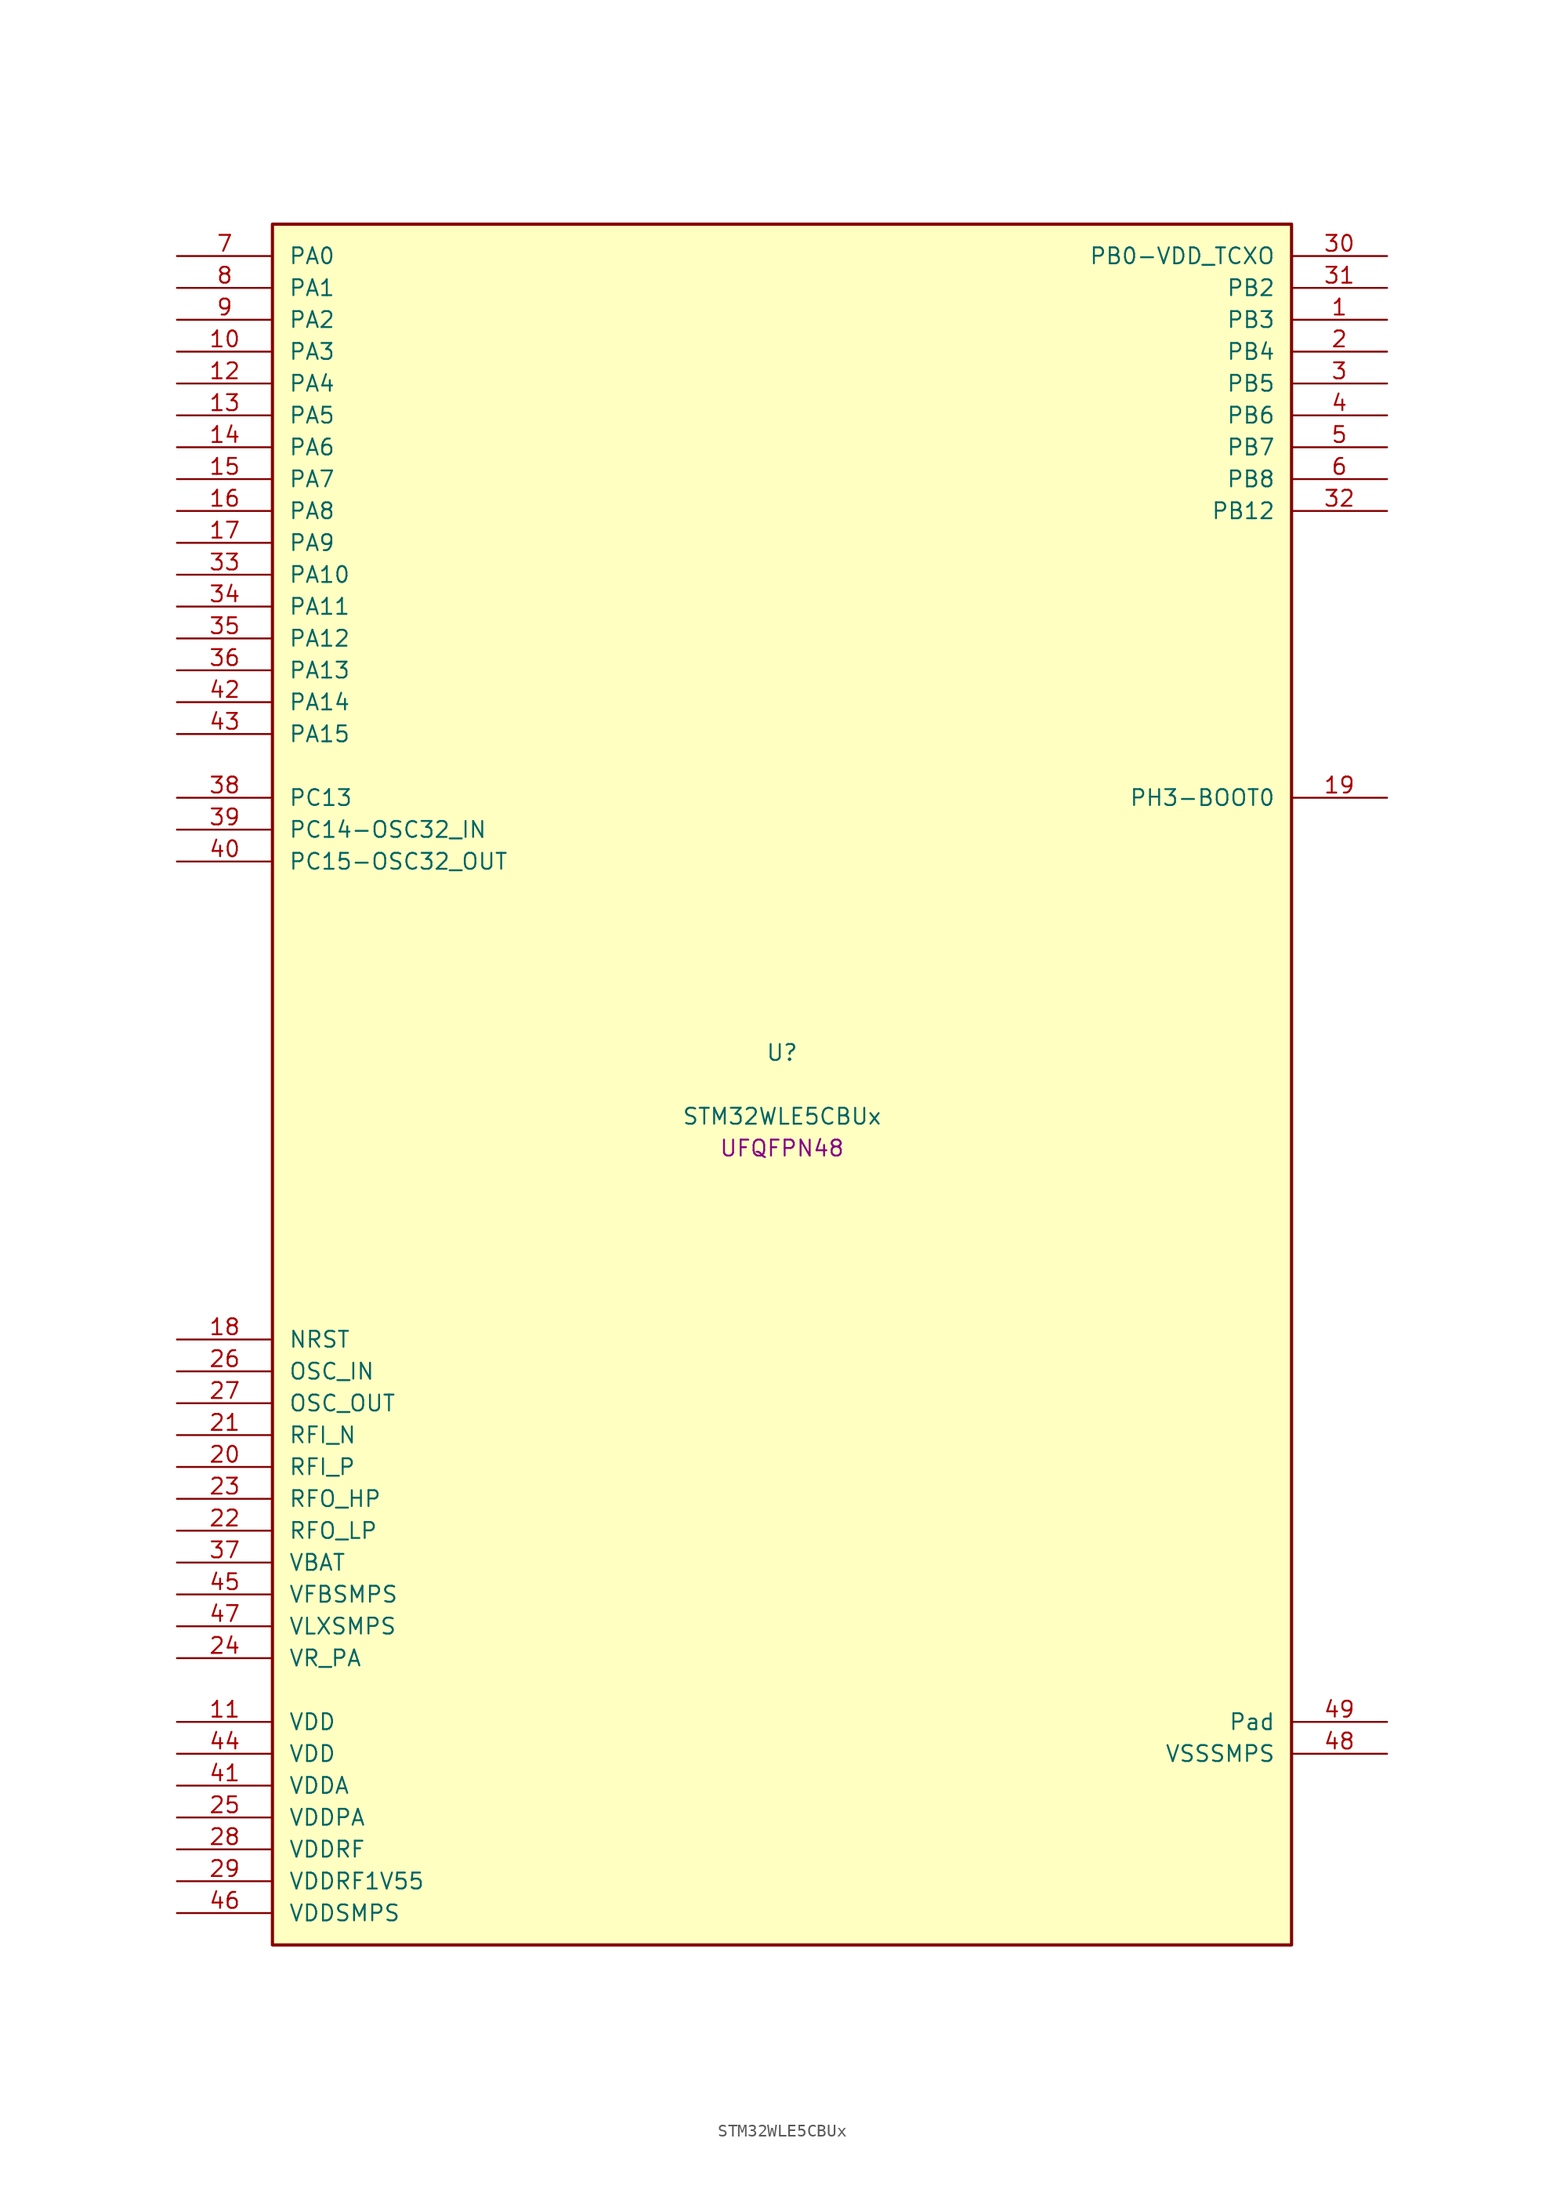
<source format=kicad_sym>
(kicad_symbol_lib
  (version 20241209)
  (generator "stm32_pkl_generator")
  (generator_version "1.0")
  (symbol "STM32WLE5CBUx"
    (pin_names
      (offset 1.27))
    (property "Reference" "U"
      (at 0 2.54 0))
    (property "Value" "STM32WLE5CBUx"
      (at 0 -2.54 0))
    (property "Footprint" "UFQFPN48"
      (at 0 -5.08 0))
    (symbol "STM32WLE5CBUx_1_1"
      (rectangle (start -40.64 68.58) (end 40.64 -68.58) (stroke (width 0.254) (type solid)) (fill (type background)))
      (pin bidirectional line (at -48.26 66.04 0) (length 7.62) (name "PA0") (number "7") (alternate "PA0/COMP1_OUT" bidirectional line) (alternate "PA0/DEBUG_PWR-REGLP1S" bidirectional line) (alternate "PA0/I2C3_SMBA" bidirectional line) (alternate "PA0/I2S_CKIN" bidirectional line) (alternate "PA0/PWR_WKUP1" bidirectional line) (alternate "PA0/RTC_TAMP_IN2" bidirectional line) (alternate "PA0/TIM2_CH1" bidirectional line) (alternate "PA0/TIM2_ETR" bidirectional line) (alternate "PA0/USART2_CTS" bidirectional line) (alternate "PA0/USART2_NSS" bidirectional line))
      (pin bidirectional line (at -48.26 63.5 0) (length 7.62) (name "PA1") (number "8") (alternate "PA1/DEBUG_PWR-REGLP2S" bidirectional line) (alternate "PA1/I2C1_SMBA" bidirectional line) (alternate "PA1/LPTIM3_OUT" bidirectional line) (alternate "PA1/LPUART1_RTS" bidirectional line) (alternate "PA1/SPI1_SCK" bidirectional line) (alternate "PA1/TIM2_CH2" bidirectional line) (alternate "PA1/USART2_DE" bidirectional line) (alternate "PA1/USART2_RTS" bidirectional line))
      (pin bidirectional line (at -48.26 60.96 0) (length 7.62) (name "PA2") (number "9") (alternate "PA2/COMP2_OUT" bidirectional line) (alternate "PA2/DEBUG_PWR-LDORDY" bidirectional line) (alternate "PA2/LPUART1_TX" bidirectional line) (alternate "PA2/RCC_LSCO" bidirectional line) (alternate "PA2/TIM2_CH3" bidirectional line) (alternate "PA2/USART2_TX" bidirectional line))
      (pin bidirectional line (at -48.26 58.42 0) (length 7.62) (name "PA3") (number "10") (alternate "PA3/I2S2_MCK" bidirectional line) (alternate "PA3/LPUART1_RX" bidirectional line) (alternate "PA3/TIM2_CH4" bidirectional line) (alternate "PA3/USART2_RX" bidirectional line))
      (pin bidirectional line (at -48.26 55.88 0) (length 7.62) (name "PA4") (number "12") (alternate "PA4/DEBUG_SUBGHZSPI-NSSOUT" bidirectional line) (alternate "PA4/LPTIM1_OUT" bidirectional line) (alternate "PA4/LPTIM2_OUT" bidirectional line) (alternate "PA4/RTC_OUT2" bidirectional line) (alternate "PA4/SPI1_NSS" bidirectional line) (alternate "PA4/USART2_CK" bidirectional line))
      (pin bidirectional line (at -48.26 53.34 0) (length 7.62) (name "PA5") (number "13") (alternate "PA5/DEBUG_SUBGHZSPI-SCKOUT" bidirectional line) (alternate "PA5/LPTIM2_ETR" bidirectional line) (alternate "PA5/SPI1_SCK" bidirectional line) (alternate "PA5/SPI2_MISO" bidirectional line) (alternate "PA5/TIM2_CH1" bidirectional line) (alternate "PA5/TIM2_ETR" bidirectional line))
      (pin bidirectional line (at -48.26 50.8 0) (length 7.62) (name "PA6") (number "14") (alternate "PA6/DEBUG_SUBGHZSPI-MISOOUT" bidirectional line) (alternate "PA6/I2C2_SMBA" bidirectional line) (alternate "PA6/LPUART1_CTS" bidirectional line) (alternate "PA6/SPI1_MISO" bidirectional line) (alternate "PA6/TIM16_CH1" bidirectional line) (alternate "PA6/TIM1_BKIN" bidirectional line))
      (pin bidirectional line (at -48.26 48.26 0) (length 7.62) (name "PA7") (number "15") (alternate "PA7/COMP2_OUT" bidirectional line) (alternate "PA7/DEBUG_SUBGHZSPI-MOSIOUT" bidirectional line) (alternate "PA7/I2C3_SCL" bidirectional line) (alternate "PA7/SPI1_MOSI" bidirectional line) (alternate "PA7/TIM17_CH1" bidirectional line) (alternate "PA7/TIM1_CH1N" bidirectional line))
      (pin bidirectional line (at -48.26 45.72 0) (length 7.62) (name "PA8") (number "16") (alternate "PA8/I2S2_CK" bidirectional line) (alternate "PA8/LPTIM2_OUT" bidirectional line) (alternate "PA8/RCC_MCO" bidirectional line) (alternate "PA8/SPI2_SCK" bidirectional line) (alternate "PA8/TIM1_CH1" bidirectional line) (alternate "PA8/USART1_CK" bidirectional line))
      (pin bidirectional line (at -48.26 43.18 0) (length 7.62) (name "PA9") (number "17") (alternate "PA9/DAC_EXTI9" bidirectional line) (alternate "PA9/I2C1_SCL" bidirectional line) (alternate "PA9/I2S2_CK" bidirectional line) (alternate "PA9/I2S2_WS" bidirectional line) (alternate "PA9/SPI2_NSS" bidirectional line) (alternate "PA9/SPI2_SCK" bidirectional line) (alternate "PA9/TIM1_CH2" bidirectional line) (alternate "PA9/USART1_TX" bidirectional line))
      (pin bidirectional line (at -48.26 40.64 0) (length 7.62) (name "PA10") (number "33") (alternate "PA10/ADC_IN6" bidirectional line) (alternate "PA10/COMP1_INM" bidirectional line) (alternate "PA10/COMP2_INM" bidirectional line) (alternate "PA10/DAC_OUT1" bidirectional line) (alternate "PA10/DEBUG_RF-HSE32RDY" bidirectional line) (alternate "PA10/I2C1_SDA" bidirectional line) (alternate "PA10/I2S2_SD" bidirectional line) (alternate "PA10/RTC_REFIN" bidirectional line) (alternate "PA10/SPI2_MOSI" bidirectional line) (alternate "PA10/TIM17_BKIN" bidirectional line) (alternate "PA10/TIM1_CH3" bidirectional line) (alternate "PA10/USART1_RX" bidirectional line))
      (pin bidirectional line (at -48.26 38.1 0) (length 7.62) (name "PA11") (number "34") (alternate "PA11/ADC_EXTI11" bidirectional line) (alternate "PA11/ADC_IN7" bidirectional line) (alternate "PA11/COMP1_INM" bidirectional line) (alternate "PA11/COMP2_INM" bidirectional line) (alternate "PA11/DEBUG_RF-NRESET" bidirectional line) (alternate "PA11/I2C2_SDA" bidirectional line) (alternate "PA11/LPTIM3_ETR" bidirectional line) (alternate "PA11/SPI1_MISO" bidirectional line) (alternate "PA11/TIM1_BKIN2" bidirectional line) (alternate "PA11/TIM1_CH4" bidirectional line) (alternate "PA11/USART1_CTS" bidirectional line) (alternate "PA11/USART1_NSS" bidirectional line))
      (pin bidirectional line (at -48.26 35.56 0) (length 7.62) (name "PA12") (number "35") (alternate "PA12/ADC_IN8" bidirectional line) (alternate "PA12/DEBUG_RF-BUSY" bidirectional line) (alternate "PA12/I2C2_SCL" bidirectional line) (alternate "PA12/LPTIM3_IN1" bidirectional line) (alternate "PA12/SPI1_MOSI" bidirectional line) (alternate "PA12/TIM1_ETR" bidirectional line) (alternate "PA12/USART1_DE" bidirectional line) (alternate "PA12/USART1_RTS" bidirectional line))
      (pin bidirectional line (at -48.26 33.02 0) (length 7.62) (name "PA13") (number "36") (alternate "PA13/ADC_IN9" bidirectional line) (alternate "PA13/DEBUG_JTMS-SWDIO" bidirectional line) (alternate "PA13/I2C2_SMBA" bidirectional line) (alternate "PA13/IR_OUT" bidirectional line))
      (pin bidirectional line (at -48.26 30.48 0) (length 7.62) (name "PA14") (number "42") (alternate "PA14/ADC_IN10" bidirectional line) (alternate "PA14/DEBUG_JTCK-SWCLK" bidirectional line) (alternate "PA14/I2C1_SMBA" bidirectional line) (alternate "PA14/LPTIM1_OUT" bidirectional line))
      (pin bidirectional line (at -48.26 27.94 0) (length 7.62) (name "PA15") (number "43") (alternate "PA15/ADC_IN11" bidirectional line) (alternate "PA15/COMP1_INM" bidirectional line) (alternate "PA15/COMP2_INP" bidirectional line) (alternate "PA15/DEBUG_JTDI" bidirectional line) (alternate "PA15/I2C2_SDA" bidirectional line) (alternate "PA15/SPI1_NSS" bidirectional line) (alternate "PA15/TIM2_CH1" bidirectional line) (alternate "PA15/TIM2_ETR" bidirectional line))
      (pin bidirectional line (at 48.26 66.04 180) (length 7.62) (name "PB0-VDD_TCXO") (number "30") (alternate "PB0-VDD_TCXO/COMP1_OUT" bidirectional line) (alternate "PB0-VDD_TCXO/VDDTCXO" bidirectional line))
      (pin bidirectional line (at 48.26 63.5 180) (length 7.62) (name "PB2") (number "31") (alternate "PB2/ADC_IN4" bidirectional line) (alternate "PB2/COMP1_INP" bidirectional line) (alternate "PB2/COMP2_INM" bidirectional line) (alternate "PB2/DEBUG_RF-SMPSRDY" bidirectional line) (alternate "PB2/I2C3_SMBA" bidirectional line) (alternate "PB2/LPTIM1_OUT" bidirectional line) (alternate "PB2/SPI1_NSS" bidirectional line))
      (pin bidirectional line (at 48.26 60.96 180) (length 7.62) (name "PB3") (number "1") (alternate "PB3/ADC_IN2" bidirectional line) (alternate "PB3/COMP1_INM" bidirectional line) (alternate "PB3/COMP2_INM" bidirectional line) (alternate "PB3/DEBUG_JTDO-SWO" bidirectional line) (alternate "PB3/DEBUG_RF-DTB1" bidirectional line) (alternate "PB3/PWR_WKUP3" bidirectional line) (alternate "PB3/RTC_TAMP_IN3" bidirectional line) (alternate "PB3/SPI1_SCK" bidirectional line) (alternate "PB3/TIM2_CH2" bidirectional line) (alternate "PB3/USART1_DE" bidirectional line) (alternate "PB3/USART1_RTS" bidirectional line))
      (pin bidirectional line (at 48.26 58.42 180) (length 7.62) (name "PB4") (number "2") (alternate "PB4/ADC_IN3" bidirectional line) (alternate "PB4/COMP1_INP" bidirectional line) (alternate "PB4/COMP2_INP" bidirectional line) (alternate "PB4/DEBUG_JTRST" bidirectional line) (alternate "PB4/DEBUG_RF-LDORDY" bidirectional line) (alternate "PB4/I2C3_SDA" bidirectional line) (alternate "PB4/SPI1_MISO" bidirectional line) (alternate "PB4/TIM17_BKIN" bidirectional line) (alternate "PB4/USART1_CTS" bidirectional line) (alternate "PB4/USART1_NSS" bidirectional line))
      (pin bidirectional line (at 48.26 55.88 180) (length 7.62) (name "PB5") (number "3") (alternate "PB5/COMP2_OUT" bidirectional line) (alternate "PB5/I2C1_SMBA" bidirectional line) (alternate "PB5/LPTIM1_IN1" bidirectional line) (alternate "PB5/SPI1_MOSI" bidirectional line) (alternate "PB5/TIM16_BKIN" bidirectional line) (alternate "PB5/USART1_CK" bidirectional line))
      (pin bidirectional line (at 48.26 53.34 180) (length 7.62) (name "PB6") (number "4") (alternate "PB6/I2C1_SCL" bidirectional line) (alternate "PB6/LPTIM1_ETR" bidirectional line) (alternate "PB6/TIM16_CH1N" bidirectional line) (alternate "PB6/USART1_TX" bidirectional line))
      (pin bidirectional line (at 48.26 50.8 180) (length 7.62) (name "PB7") (number "5") (alternate "PB7/I2C1_SDA" bidirectional line) (alternate "PB7/LPTIM1_IN2" bidirectional line) (alternate "PB7/PWR_PVD_IN" bidirectional line) (alternate "PB7/TIM17_CH1N" bidirectional line) (alternate "PB7/TIM1_BKIN" bidirectional line) (alternate "PB7/USART1_RX" bidirectional line))
      (pin bidirectional line (at 48.26 48.26 180) (length 7.62) (name "PB8") (number "6") (alternate "PB8/I2C1_SCL" bidirectional line) (alternate "PB8/TIM16_CH1" bidirectional line) (alternate "PB8/TIM1_CH2N" bidirectional line))
      (pin bidirectional line (at 48.26 45.72 180) (length 7.62) (name "PB12") (number "32") (alternate "PB12/I2C3_SMBA" bidirectional line) (alternate "PB12/I2S2_WS" bidirectional line) (alternate "PB12/LPUART1_RTS" bidirectional line) (alternate "PB12/SPI2_NSS" bidirectional line) (alternate "PB12/TIM1_BKIN" bidirectional line))
      (pin bidirectional line (at -48.26 22.86 0) (length 7.62) (name "PC13") (number "38") (alternate "PC13/PWR_WKUP2" bidirectional line) (alternate "PC13/RTC_OUT1" bidirectional line) (alternate "PC13/RTC_TAMP_IN1" bidirectional line) (alternate "PC13/RTC_TS" bidirectional line))
      (pin bidirectional line (at -48.26 20.32 0) (length 7.62) (name "PC14-OSC32_IN") (number "39") (alternate "PC14-OSC32_IN/RCC_OSC32_IN" bidirectional line))
      (pin bidirectional line (at -48.26 17.78 0) (length 7.62) (name "PC15-OSC32_OUT") (number "40") (alternate "PC15-OSC32_OUT/RCC_OSC32_OUT" bidirectional line))
      (pin bidirectional line (at 48.26 22.86 180) (length 7.62) (name "PH3-BOOT0") (number "19"))
      (pin input line (at -48.26 -20.32 0) (length 7.62) (name "NRST") (number "18"))
      (pin bidirectional line (at -48.26 -22.86 0) (length 7.62) (name "OSC_IN") (number "26") (alternate "OSC_IN/RCC_OSC_IN" bidirectional line))
      (pin bidirectional line (at -48.26 -25.4 0) (length 7.62) (name "OSC_OUT") (number "27") (alternate "OSC_OUT/RCC_OSC_OUT" bidirectional line))
      (pin bidirectional line (at -48.26 -27.94 0) (length 7.62) (name "RFI_N") (number "21"))
      (pin bidirectional line (at -48.26 -30.48 0) (length 7.62) (name "RFI_P") (number "20"))
      (pin bidirectional line (at -48.26 -33.02 0) (length 7.62) (name "RFO_HP") (number "23"))
      (pin bidirectional line (at -48.26 -35.56 0) (length 7.62) (name "RFO_LP") (number "22"))
      (pin power_in line (at -48.26 -38.1 0) (length 7.62) (name "VBAT") (number "37"))
      (pin power_in line (at -48.26 -40.64 0) (length 7.62) (name "VFBSMPS") (number "45"))
      (pin power_in line (at -48.26 -43.18 0) (length 7.62) (name "VLXSMPS") (number "47"))
      (pin power_in line (at -48.26 -45.72 0) (length 7.62) (name "VR_PA") (number "24"))
      (pin power_in line (at -48.26 -50.8 0) (length 7.62) (name "VDD") (number "11"))
      (pin power_in line (at -48.26 -53.34 0) (length 7.62) (name "VDD") (number "44"))
      (pin power_in line (at -48.26 -55.88 0) (length 7.62) (name "VDDA") (number "41"))
      (pin power_in line (at -48.26 -58.42 0) (length 7.62) (name "VDDPA") (number "25"))
      (pin power_in line (at -48.26 -60.96 0) (length 7.62) (name "VDDRF") (number "28"))
      (pin power_in line (at -48.26 -63.5 0) (length 7.62) (name "VDDRF1V55") (number "29"))
      (pin power_in line (at -48.26 -66.04 0) (length 7.62) (name "VDDSMPS") (number "46"))
      (pin passive line (at 48.26 -50.8 180) (length 7.62) (name "Pad") (number "49"))
      (pin power_in line (at 48.26 -53.34 180) (length 7.62) (name "VSSSMPS") (number "48")))))
</source>
